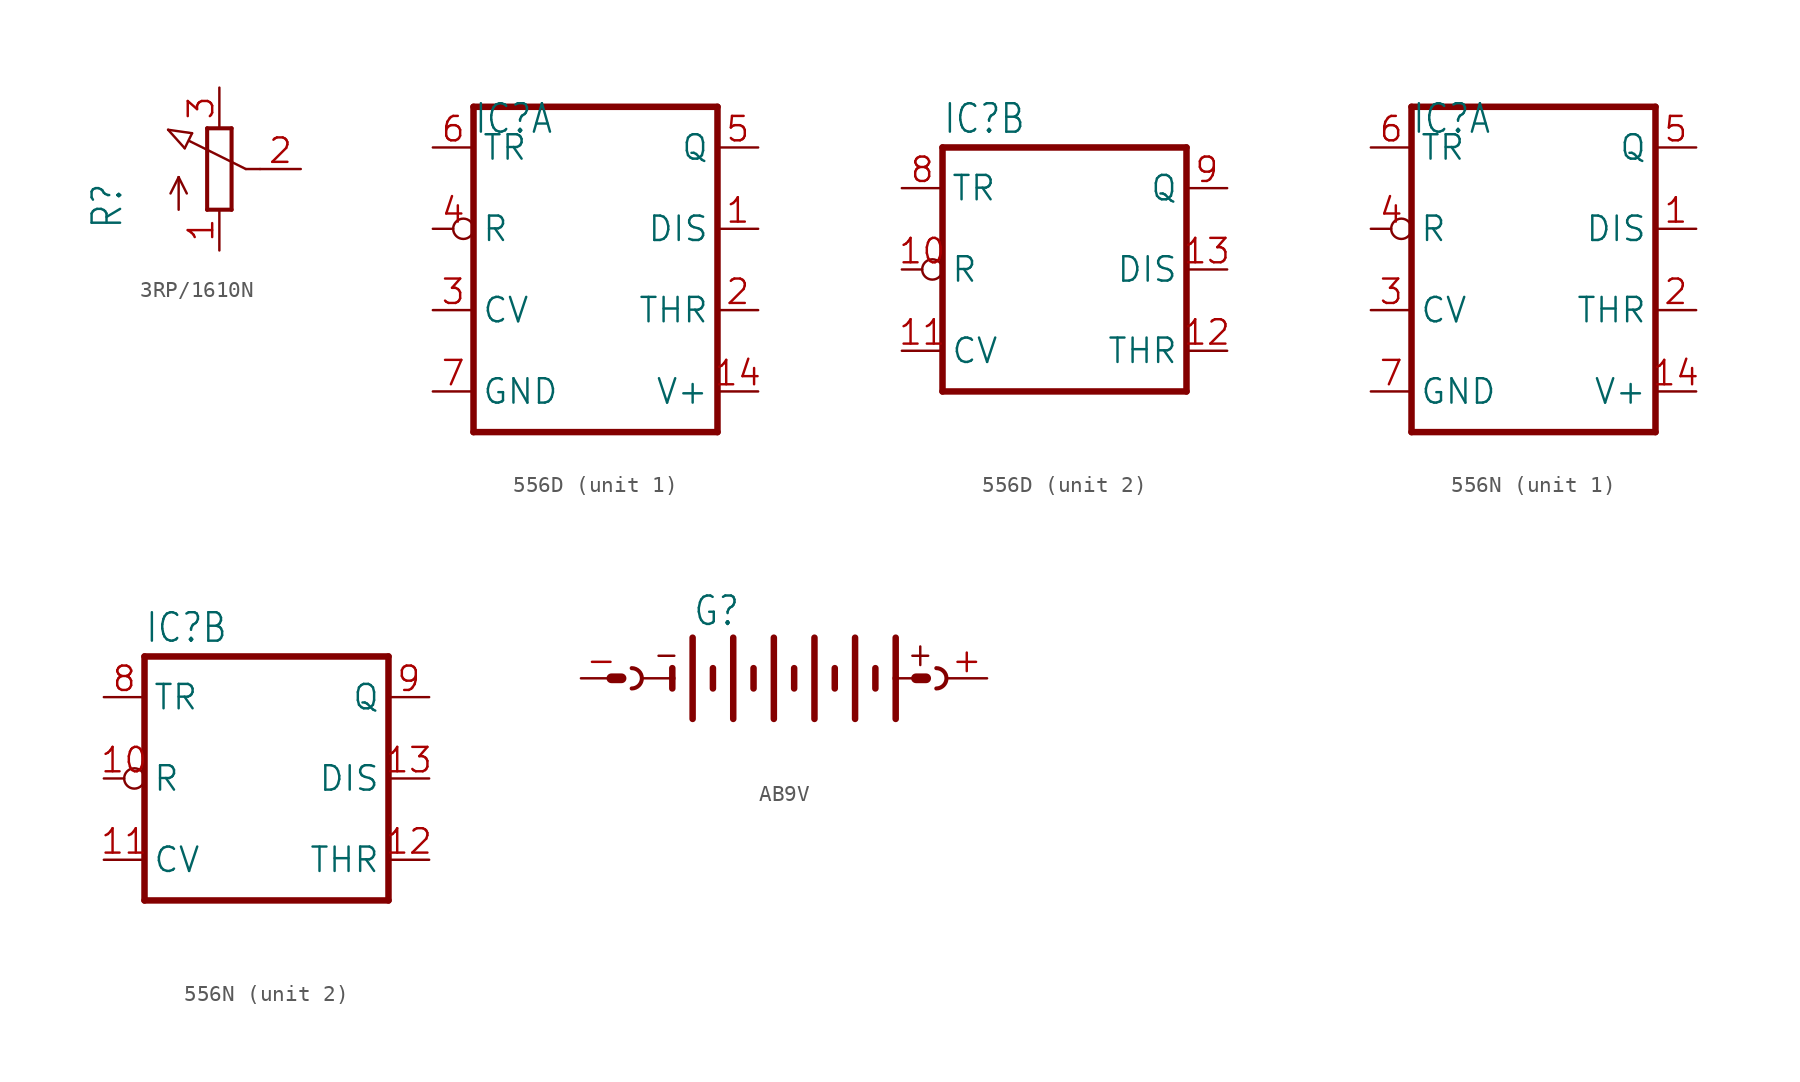
<source format=kicad_sym>
(kicad_symbol_lib
  (version 20241209)
  (generator "kicad_symbol_editor")
  (generator_version "9.0")
  (symbol "3RP/1610N"
    (property "Reference" "R"
      (at -5.969 -3.81 90)
      (effects (font (size 1.778 1.511)) (justify left bottom)))
    (property "Value" ""
      (at -3.81 -3.81 90)
      (effects (font (size 1.778 1.511)) (justify left bottom)))
    (property "ki_locked" ""
      (at 0 0 0)
      (effects (font (size 1.27 1.27))))
    (symbol "3RP/1610N_1_0"
      (polyline (pts (xy -3.199 2.45) (xy -1.702 2.235)) (stroke (width 0.152) (type solid)) (fill (type none)))
      (polyline (pts (xy -2.54 -0.508) (xy -3.048 -1.524)) (stroke (width 0.152) (type solid)) (fill (type none)))
      (polyline (pts (xy -2.54 -0.508) (xy -2.032 -1.524)) (stroke (width 0.152) (type solid)) (fill (type none)))
      (polyline (pts (xy -2.54 -2.54) (xy -2.54 -0.508)) (stroke (width 0.152) (type solid)) (fill (type none)))
      (polyline (pts (xy -2.16 1.294) (xy -3.199 2.45)) (stroke (width 0.152) (type solid)) (fill (type none)))
      (polyline (pts (xy -2.16 1.294) (xy -1.702 2.235)) (stroke (width 0.152) (type solid)) (fill (type none)))
      (polyline (pts (xy -0.762 2.54) (xy -0.762 -2.54)) (stroke (width 0.254) (type solid)) (fill (type none)))
      (polyline (pts (xy -0.762 -2.54) (xy 0.762 -2.54)) (stroke (width 0.254) (type solid)) (fill (type none)))
      (polyline (pts (xy 0.762 2.54) (xy -0.762 2.54)) (stroke (width 0.254) (type solid)) (fill (type none)))
      (polyline (pts (xy 0.762 -2.54) (xy 0.762 2.54)) (stroke (width 0.254) (type solid)) (fill (type none)))
      (polyline (pts (xy 1.651 0) (xy -1.88 1.753)) (stroke (width 0.152) (type solid)) (fill (type none)))
      (polyline (pts (xy 2.54 0) (xy 1.651 0)) (stroke (width 0.152) (type solid)) (fill (type none)))
      (pin passive line (at 0 5.08 270) (length 2.54) (name "E" (effects (font (size 0 0)))) (number "3" (effects (font (size 1.524 1.524)))))
      (pin passive line (at 0 -5.08 90) (length 2.54) (name "A" (effects (font (size 0 0)))) (number "1" (effects (font (size 1.524 1.524)))))
      (pin passive line (at 5.08 0 180) (length 2.54) (name "S" (effects (font (size 0 0)))) (number "2" (effects (font (size 1.524 1.524)))))))
  (symbol "556D"
    (property "Reference" "IC"
      (at -7.62 8.382 0)
      (effects (font (size 1.778 1.511)) (justify left bottom)))
    (property "Value" ""
      (at -7.62 -10.287 0)
      (effects (font (size 1.778 1.511)) (justify left bottom)))
    (property "ki_locked" ""
      (at 0 0 0)
      (effects (font (size 1.27 1.27))))
    (symbol "556D_1_0"
      (polyline (pts (xy -7.62 10.16) (xy -7.62 -10.16)) (stroke (width 0.406) (type solid)) (fill (type none)))
      (polyline (pts (xy -7.62 -10.16) (xy 7.62 -10.16)) (stroke (width 0.406) (type solid)) (fill (type none)))
      (polyline (pts (xy 7.62 10.16) (xy -7.62 10.16)) (stroke (width 0.406) (type solid)) (fill (type none)))
      (polyline (pts (xy 7.62 -10.16) (xy 7.62 10.16)) (stroke (width 0.406) (type solid)) (fill (type none)))
      (pin input line (at -10.16 7.62 0) (length 2.54) (name "TR" (effects (font (size 1.524 1.524)))) (number "6" (effects (font (size 1.524 1.524)))))
      (pin input inverted (at -10.16 2.54 0) (length 2.54) (name "R" (effects (font (size 1.524 1.524)))) (number "4" (effects (font (size 1.524 1.524)))))
      (pin input line (at -10.16 -2.54 0) (length 2.54) (name "CV" (effects (font (size 1.524 1.524)))) (number "3" (effects (font (size 1.524 1.524)))))
      (pin power_in line (at -10.16 -7.62 0) (length 2.54) (name "GND" (effects (font (size 1.524 1.524)))) (number "7" (effects (font (size 1.524 1.524)))))
      (pin output line (at 10.16 7.62 180) (length 2.54) (name "Q" (effects (font (size 1.524 1.524)))) (number "5" (effects (font (size 1.524 1.524)))))
      (pin input line (at 10.16 2.54 180) (length 2.54) (name "DIS" (effects (font (size 1.524 1.524)))) (number "1" (effects (font (size 1.524 1.524)))))
      (pin input line (at 10.16 -2.54 180) (length 2.54) (name "THR" (effects (font (size 1.524 1.524)))) (number "2" (effects (font (size 1.524 1.524)))))
      (pin power_in line (at 10.16 -7.62 180) (length 2.54) (name "V+" (effects (font (size 1.524 1.524)))) (number "14" (effects (font (size 1.524 1.524))))))
    (symbol "556D_2_0"
      (polyline (pts (xy -7.62 7.62) (xy -7.62 -7.62)) (stroke (width 0.406) (type solid)) (fill (type none)))
      (polyline (pts (xy -7.62 -7.62) (xy 7.62 -7.62)) (stroke (width 0.406) (type solid)) (fill (type none)))
      (polyline (pts (xy 7.62 7.62) (xy -7.62 7.62)) (stroke (width 0.406) (type solid)) (fill (type none)))
      (polyline (pts (xy 7.62 -7.62) (xy 7.62 7.62)) (stroke (width 0.406) (type solid)) (fill (type none)))
      (pin input line (at -10.16 5.08 0) (length 2.54) (name "TR" (effects (font (size 1.524 1.524)))) (number "8" (effects (font (size 1.524 1.524)))))
      (pin input inverted (at -10.16 0 0) (length 2.54) (name "R" (effects (font (size 1.524 1.524)))) (number "10" (effects (font (size 1.524 1.524)))))
      (pin input line (at -10.16 -5.08 0) (length 2.54) (name "CV" (effects (font (size 1.524 1.524)))) (number "11" (effects (font (size 1.524 1.524)))))
      (pin output line (at 10.16 5.08 180) (length 2.54) (name "Q" (effects (font (size 1.524 1.524)))) (number "9" (effects (font (size 1.524 1.524)))))
      (pin input line (at 10.16 0 180) (length 2.54) (name "DIS" (effects (font (size 1.524 1.524)))) (number "13" (effects (font (size 1.524 1.524)))))
      (pin input line (at 10.16 -5.08 180) (length 2.54) (name "THR" (effects (font (size 1.524 1.524)))) (number "12" (effects (font (size 1.524 1.524)))))))
  (symbol "556N"
    (property "Reference" "IC"
      (at -7.62 8.382 0)
      (effects (font (size 1.778 1.511)) (justify left bottom)))
    (property "Value" ""
      (at -7.62 -10.287 0)
      (effects (font (size 1.778 1.511)) (justify left bottom)))
    (property "ki_locked" ""
      (at 0 0 0)
      (effects (font (size 1.27 1.27))))
    (symbol "556N_1_0"
      (polyline (pts (xy -7.62 10.16) (xy -7.62 -10.16)) (stroke (width 0.406) (type solid)) (fill (type none)))
      (polyline (pts (xy -7.62 -10.16) (xy 7.62 -10.16)) (stroke (width 0.406) (type solid)) (fill (type none)))
      (polyline (pts (xy 7.62 10.16) (xy -7.62 10.16)) (stroke (width 0.406) (type solid)) (fill (type none)))
      (polyline (pts (xy 7.62 -10.16) (xy 7.62 10.16)) (stroke (width 0.406) (type solid)) (fill (type none)))
      (pin input line (at -10.16 7.62 0) (length 2.54) (name "TR" (effects (font (size 1.524 1.524)))) (number "6" (effects (font (size 1.524 1.524)))))
      (pin input inverted (at -10.16 2.54 0) (length 2.54) (name "R" (effects (font (size 1.524 1.524)))) (number "4" (effects (font (size 1.524 1.524)))))
      (pin input line (at -10.16 -2.54 0) (length 2.54) (name "CV" (effects (font (size 1.524 1.524)))) (number "3" (effects (font (size 1.524 1.524)))))
      (pin power_in line (at -10.16 -7.62 0) (length 2.54) (name "GND" (effects (font (size 1.524 1.524)))) (number "7" (effects (font (size 1.524 1.524)))))
      (pin output line (at 10.16 7.62 180) (length 2.54) (name "Q" (effects (font (size 1.524 1.524)))) (number "5" (effects (font (size 1.524 1.524)))))
      (pin input line (at 10.16 2.54 180) (length 2.54) (name "DIS" (effects (font (size 1.524 1.524)))) (number "1" (effects (font (size 1.524 1.524)))))
      (pin input line (at 10.16 -2.54 180) (length 2.54) (name "THR" (effects (font (size 1.524 1.524)))) (number "2" (effects (font (size 1.524 1.524)))))
      (pin power_in line (at 10.16 -7.62 180) (length 2.54) (name "V+" (effects (font (size 1.524 1.524)))) (number "14" (effects (font (size 1.524 1.524))))))
    (symbol "556N_2_0"
      (polyline (pts (xy -7.62 7.62) (xy -7.62 -7.62)) (stroke (width 0.406) (type solid)) (fill (type none)))
      (polyline (pts (xy -7.62 -7.62) (xy 7.62 -7.62)) (stroke (width 0.406) (type solid)) (fill (type none)))
      (polyline (pts (xy 7.62 7.62) (xy -7.62 7.62)) (stroke (width 0.406) (type solid)) (fill (type none)))
      (polyline (pts (xy 7.62 -7.62) (xy 7.62 7.62)) (stroke (width 0.406) (type solid)) (fill (type none)))
      (pin input line (at -10.16 5.08 0) (length 2.54) (name "TR" (effects (font (size 1.524 1.524)))) (number "8" (effects (font (size 1.524 1.524)))))
      (pin input inverted (at -10.16 0 0) (length 2.54) (name "R" (effects (font (size 1.524 1.524)))) (number "10" (effects (font (size 1.524 1.524)))))
      (pin input line (at -10.16 -5.08 0) (length 2.54) (name "CV" (effects (font (size 1.524 1.524)))) (number "11" (effects (font (size 1.524 1.524)))))
      (pin output line (at 10.16 5.08 180) (length 2.54) (name "Q" (effects (font (size 1.524 1.524)))) (number "9" (effects (font (size 1.524 1.524)))))
      (pin input line (at 10.16 0 180) (length 2.54) (name "DIS" (effects (font (size 1.524 1.524)))) (number "13" (effects (font (size 1.524 1.524)))))
      (pin input line (at 10.16 -5.08 180) (length 2.54) (name "THR" (effects (font (size 1.524 1.524)))) (number "12" (effects (font (size 1.524 1.524)))))))
  (symbol "AB9V"
    (property "Reference" "G"
      (at -5.715 3.175 0)
      (effects (font (size 1.778 1.511)) (justify left bottom)))
    (property "Value" ""
      (at -5.715 -5.08 0)
      (effects (font (size 1.778 1.511)) (justify left bottom)))
    (property "ki_locked" ""
      (at 0 0 0)
      (effects (font (size 1.27 1.27))))
    (symbol "AB9V_1_0"
      (polyline (pts (xy -10.16 0) (xy -10.795 0)) (stroke (width 0.61) (type solid)) (fill (type none)))
      (arc (start -9.525 0.635) (mid -8.89 0) (end -9.525 -0.635) (stroke (width 0.254) (type solid)) (fill (type none)))
      (polyline (pts (xy -8.89 0) (xy -6.985 0)) (stroke (width 0.152) (type solid)) (fill (type none)))
      (polyline (pts (xy -6.985 0.635) (xy -6.985 0)) (stroke (width 0.406) (type solid)) (fill (type none)))
      (polyline (pts (xy -6.985 0) (xy -6.985 -0.635)) (stroke (width 0.406) (type solid)) (fill (type none)))
      (polyline (pts (xy -5.715 2.54) (xy -5.715 -2.54)) (stroke (width 0.406) (type solid)) (fill (type none)))
      (polyline (pts (xy -4.445 0.635) (xy -4.445 -0.635)) (stroke (width 0.406) (type solid)) (fill (type none)))
      (polyline (pts (xy -3.175 2.54) (xy -3.175 -2.54)) (stroke (width 0.406) (type solid)) (fill (type none)))
      (polyline (pts (xy -1.905 0.635) (xy -1.905 -0.635)) (stroke (width 0.406) (type solid)) (fill (type none)))
      (polyline (pts (xy -0.635 2.54) (xy -0.635 -2.54)) (stroke (width 0.406) (type solid)) (fill (type none)))
      (polyline (pts (xy 0.635 0.635) (xy 0.635 -0.635)) (stroke (width 0.406) (type solid)) (fill (type none)))
      (polyline (pts (xy 1.905 2.54) (xy 1.905 -2.54)) (stroke (width 0.406) (type solid)) (fill (type none)))
      (polyline (pts (xy 3.175 0.635) (xy 3.175 -0.635)) (stroke (width 0.406) (type solid)) (fill (type none)))
      (polyline (pts (xy 4.445 2.54) (xy 4.445 -2.54)) (stroke (width 0.406) (type solid)) (fill (type none)))
      (polyline (pts (xy 5.715 0.635) (xy 5.715 -0.635)) (stroke (width 0.406) (type solid)) (fill (type none)))
      (polyline (pts (xy 6.985 2.54) (xy 6.985 0)) (stroke (width 0.406) (type solid)) (fill (type none)))
      (polyline (pts (xy 6.985 0) (xy 6.985 -2.54)) (stroke (width 0.406) (type solid)) (fill (type none)))
      (polyline (pts (xy 6.985 0) (xy 8.255 0)) (stroke (width 0.152) (type solid)) (fill (type none)))
      (polyline (pts (xy 8.255 0) (xy 8.89 0)) (stroke (width 0.61) (type solid)) (fill (type none)))
      (arc (start 9.525 0.635) (mid 10.16 0) (end 9.525 -0.635) (stroke (width 0.254) (type solid)) (fill (type none)))
      (text "-" (at -8.255 0.635 0) (effects (font (size 1.524 1.295)) (justify left bottom)))
      (text "+" (at 7.62 0.635 0) (effects (font (size 1.524 1.295)) (justify left bottom)))
      (pin passive line (at -12.7 0 0) (length 2.54) (name "-" (effects (font (size 0 0)))) (number "-" (effects (font (size 1.524 1.524)))))
      (pin passive line (at 12.7 0 180) (length 2.54) (name "+" (effects (font (size 0 0)))) (number "+" (effects (font (size 1.524 1.524))))))))
</source>
